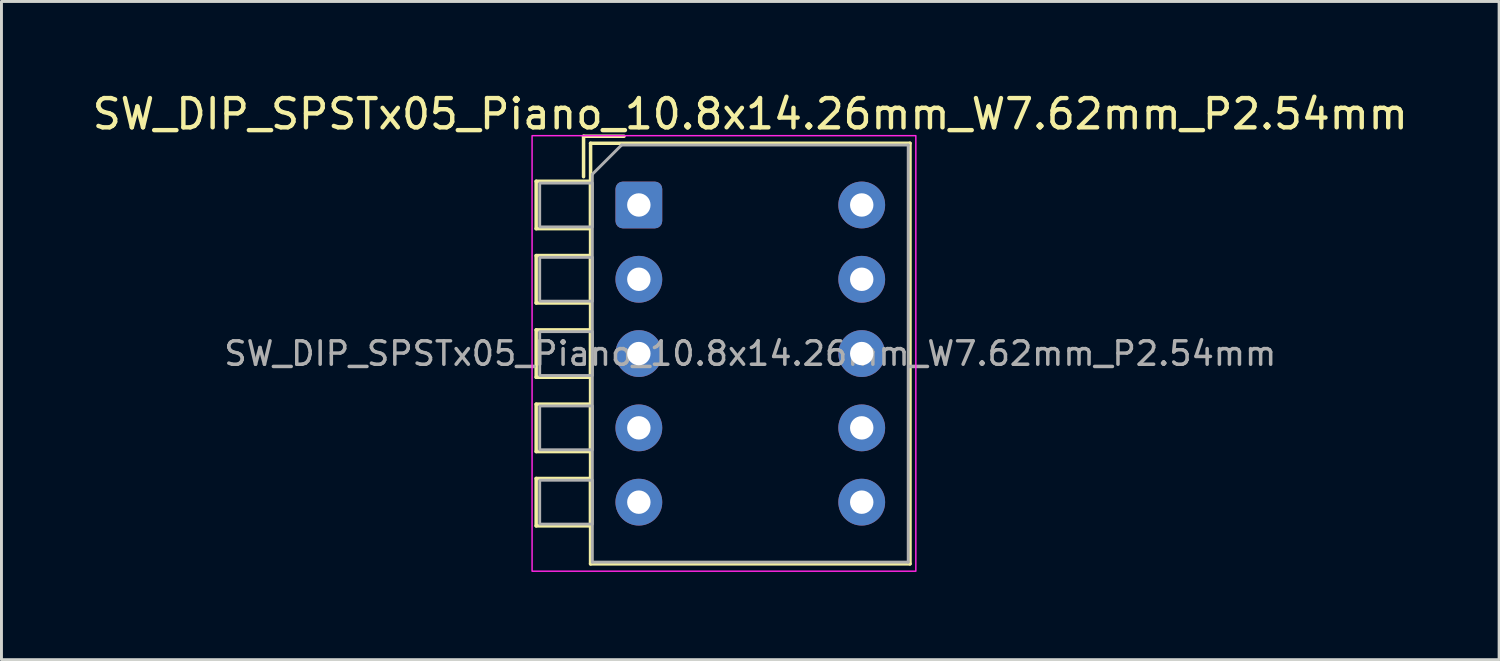
<source format=kicad_pcb>
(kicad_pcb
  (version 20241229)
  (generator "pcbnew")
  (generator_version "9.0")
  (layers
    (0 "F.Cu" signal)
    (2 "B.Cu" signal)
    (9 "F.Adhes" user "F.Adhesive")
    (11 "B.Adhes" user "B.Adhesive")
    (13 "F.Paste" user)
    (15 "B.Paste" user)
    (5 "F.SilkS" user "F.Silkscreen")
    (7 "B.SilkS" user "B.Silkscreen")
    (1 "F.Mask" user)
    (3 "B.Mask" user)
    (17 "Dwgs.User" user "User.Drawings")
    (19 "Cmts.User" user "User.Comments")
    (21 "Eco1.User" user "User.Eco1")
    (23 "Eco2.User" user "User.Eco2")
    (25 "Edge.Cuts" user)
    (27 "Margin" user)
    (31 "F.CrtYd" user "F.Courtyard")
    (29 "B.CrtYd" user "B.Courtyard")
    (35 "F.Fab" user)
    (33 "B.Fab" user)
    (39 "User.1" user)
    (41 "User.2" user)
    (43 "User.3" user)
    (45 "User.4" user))
  (footprint "SW_DIP_SPSTx05_Piano_10.8x14.26mm_W7.62mm_P2.54mm"
    (layer "F.Cu")
    (at 18.791 3.958)
    (property "Reference" "SW_DIP_SPSTx05_Piano_10.8x14.26mm_W7.62mm_P2.54mm" (at 3.81 -3.11 0) (layer "F.SilkS") (effects (font (size 1 1) (thickness 0.15))))
    (attr through_hole)
    (fp_line (start -3.51 -0.81) (end -1.65 -0.81) (stroke (width 0.12) (type solid)) (layer "F.SilkS"))
    (fp_line (start -3.51 0.81) (end -3.51 -0.81) (stroke (width 0.12) (type solid)) (layer "F.SilkS"))
    (fp_line (start -3.51 1.73) (end -1.65 1.73) (stroke (width 0.12) (type solid)) (layer "F.SilkS"))
    (fp_line (start -3.51 3.35) (end -3.51 1.73) (stroke (width 0.12) (type solid)) (layer "F.SilkS"))
    (fp_line (start -3.51 4.27) (end -1.65 4.27) (stroke (width 0.12) (type solid)) (layer "F.SilkS"))
    (fp_line (start -3.51 5.89) (end -3.51 4.27) (stroke (width 0.12) (type solid)) (layer "F.SilkS"))
    (fp_line (start -3.51 6.81) (end -1.65 6.81) (stroke (width 0.12) (type solid)) (layer "F.SilkS"))
    (fp_line (start -3.51 8.43) (end -3.51 6.81) (stroke (width 0.12) (type solid)) (layer "F.SilkS"))
    (fp_line (start -3.51 9.35) (end -1.65 9.35) (stroke (width 0.12) (type solid)) (layer "F.SilkS"))
    (fp_line (start -3.51 10.97) (end -3.51 9.35) (stroke (width 0.12) (type solid)) (layer "F.SilkS"))
    (fp_line (start -1.89 -2.35) (end -1.89 -0.967) (stroke (width 0.12) (type solid)) (layer "F.SilkS"))
    (fp_line (start -1.89 -2.35) (end -0.507 -2.35) (stroke (width 0.12) (type solid)) (layer "F.SilkS"))
    (fp_line (start -1.65 -2.11) (end -1.65 12.27) (stroke (width 0.12) (type solid)) (layer "F.SilkS"))
    (fp_line (start -1.65 -2.11) (end 9.27 -2.11) (stroke (width 0.12) (type solid)) (layer "F.SilkS"))
    (fp_line (start -1.65 -0.81) (end -1.65 0.81) (stroke (width 0.12) (type solid)) (layer "F.SilkS"))
    (fp_line (start -1.65 0.81) (end -3.51 0.81) (stroke (width 0.12) (type solid)) (layer "F.SilkS"))
    (fp_line (start -1.65 1.73) (end -1.65 3.35) (stroke (width 0.12) (type solid)) (layer "F.SilkS"))
    (fp_line (start -1.65 3.35) (end -3.51 3.35) (stroke (width 0.12) (type solid)) (layer "F.SilkS"))
    (fp_line (start -1.65 4.27) (end -1.65 5.89) (stroke (width 0.12) (type solid)) (layer "F.SilkS"))
    (fp_line (start -1.65 5.89) (end -3.51 5.89) (stroke (width 0.12) (type solid)) (layer "F.SilkS"))
    (fp_line (start -1.65 6.81) (end -1.65 8.43) (stroke (width 0.12) (type solid)) (layer "F.SilkS"))
    (fp_line (start -1.65 8.43) (end -3.51 8.43) (stroke (width 0.12) (type solid)) (layer "F.SilkS"))
    (fp_line (start -1.65 9.35) (end -1.65 10.97) (stroke (width 0.12) (type solid)) (layer "F.SilkS"))
    (fp_line (start -1.65 10.97) (end -3.51 10.97) (stroke (width 0.12) (type solid)) (layer "F.SilkS"))
    (fp_line (start -1.65 12.27) (end 9.27 12.27) (stroke (width 0.12) (type solid)) (layer "F.SilkS"))
    (fp_line (start 9.27 -2.11) (end 9.27 12.27) (stroke (width 0.12) (type solid)) (layer "F.SilkS"))
    (fp_rect (start -3.65 -2.37) (end 9.47 12.52) (stroke (width 0.05) (type solid)) (fill no) (layer "F.CrtYd"))
    (fp_line (start -1.59 -1.05) (end -0.59 -2.05) (stroke (width 0.1) (type solid)) (layer "F.Fab"))
    (fp_line (start -1.59 12.21) (end -1.59 -1.05) (stroke (width 0.1) (type solid)) (layer "F.Fab"))
    (fp_line (start -0.59 -2.05) (end 9.21 -2.05) (stroke (width 0.1) (type solid)) (layer "F.Fab"))
    (fp_line (start 9.21 -2.05) (end 9.21 12.21) (stroke (width 0.1) (type solid)) (layer "F.Fab"))
    (fp_line (start 9.21 12.21) (end -1.59 12.21) (stroke (width 0.1) (type solid)) (layer "F.Fab"))
    (fp_rect (start -3.39 -0.75) (end -1.59 0.75) (stroke (width 0.1) (type solid)) (fill no) (layer "F.Fab"))
    (fp_rect (start -3.39 1.79) (end -1.59 3.29) (stroke (width 0.1) (type solid)) (fill no) (layer "F.Fab"))
    (fp_rect (start -3.39 4.33) (end -1.59 5.83) (stroke (width 0.1) (type solid)) (fill no) (layer "F.Fab"))
    (fp_rect (start -3.39 6.87) (end -1.59 8.37) (stroke (width 0.1) (type solid)) (fill no) (layer "F.Fab"))
    (fp_rect (start -3.39 9.41) (end -1.59 10.91) (stroke (width 0.1) (type solid)) (fill no) (layer "F.Fab"))
    (fp_text user "${REFERENCE}" (at 3.81 5.08 0) (layer "F.Fab") (effects (font (size 0.8 0.8) (thickness 0.12))))
    (pad "1" thru_hole roundrect (at 0 0) (size 1.6 1.6) (drill 0.8) (layers "*.Cu" "*.Mask") (roundrect_rratio 0.156))
    (pad "2" thru_hole circle (at 0 2.54) (size 1.6 1.6) (drill 0.8) (layers "*.Cu" "*.Mask"))
    (pad "3" thru_hole circle (at 0 5.08) (size 1.6 1.6) (drill 0.8) (layers "*.Cu" "*.Mask"))
    (pad "4" thru_hole circle (at 0 7.62) (size 1.6 1.6) (drill 0.8) (layers "*.Cu" "*.Mask"))
    (pad "5" thru_hole circle (at 0 10.16) (size 1.6 1.6) (drill 0.8) (layers "*.Cu" "*.Mask"))
    (pad "6" thru_hole circle (at 7.62 10.16) (size 1.6 1.6) (drill 0.8) (layers "*.Cu" "*.Mask"))
    (pad "7" thru_hole circle (at 7.62 7.62) (size 1.6 1.6) (drill 0.8) (layers "*.Cu" "*.Mask"))
    (pad "8" thru_hole circle (at 7.62 5.08) (size 1.6 1.6) (drill 0.8) (layers "*.Cu" "*.Mask"))
    (pad "9" thru_hole circle (at 7.62 2.54) (size 1.6 1.6) (drill 0.8) (layers "*.Cu" "*.Mask"))
    (pad "10" thru_hole circle (at 7.62 0) (size 1.6 1.6) (drill 0.8) (layers "*.Cu" "*.Mask")))
  (gr_rect
    (start -3 -3)
    (end 48.202 19.503)
    (stroke (width 0.1) (type default))
    (fill no)
    (layer "Edge.Cuts")))
</source>
